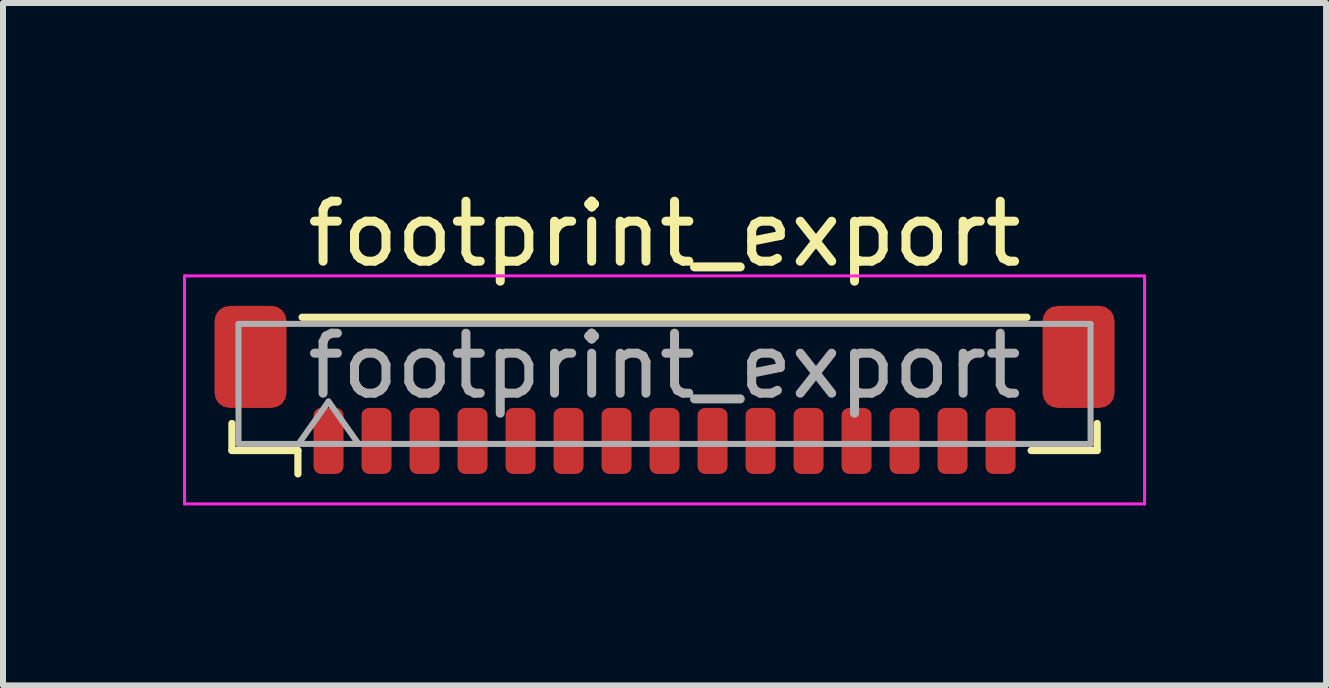
<source format=kicad_pcb>
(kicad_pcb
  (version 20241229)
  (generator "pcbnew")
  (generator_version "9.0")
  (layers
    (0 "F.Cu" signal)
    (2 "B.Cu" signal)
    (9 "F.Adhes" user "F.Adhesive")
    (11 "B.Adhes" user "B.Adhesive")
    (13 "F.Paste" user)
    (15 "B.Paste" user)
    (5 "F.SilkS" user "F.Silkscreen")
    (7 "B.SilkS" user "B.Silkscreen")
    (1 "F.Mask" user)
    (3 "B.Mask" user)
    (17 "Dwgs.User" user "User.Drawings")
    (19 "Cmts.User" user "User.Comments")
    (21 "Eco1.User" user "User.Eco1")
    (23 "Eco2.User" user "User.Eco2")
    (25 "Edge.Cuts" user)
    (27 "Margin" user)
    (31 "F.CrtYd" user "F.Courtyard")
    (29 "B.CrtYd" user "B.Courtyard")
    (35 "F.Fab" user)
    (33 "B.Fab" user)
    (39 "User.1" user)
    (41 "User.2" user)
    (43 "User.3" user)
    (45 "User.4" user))
  (footprint "footprint_export"
    (layer "F.Cu")
    (at 8.025 3.448)
    (property "Reference" "footprint_export" (at 0 -2.6 0) (layer "F.SilkS") (effects (font (size 1 1) (thickness 0.15))))
    (attr smd)
    (fp_line (start -7.21 0.56) (end -7.21 1.01) (stroke (width 0.12) (type solid)) (layer "F.SilkS"))
    (fp_line (start -7.21 1.01) (end -6.11 1.01) (stroke (width 0.12) (type solid)) (layer "F.SilkS"))
    (fp_line (start -6.11 1.01) (end -6.11 1.4) (stroke (width 0.12) (type solid)) (layer "F.SilkS"))
    (fp_line (start -6.04 -1.21) (end 6.04 -1.21) (stroke (width 0.12) (type solid)) (layer "F.SilkS"))
    (fp_line (start 7.21 0.56) (end 7.21 1.01) (stroke (width 0.12) (type solid)) (layer "F.SilkS"))
    (fp_line (start 7.21 1.01) (end 6.11 1.01) (stroke (width 0.12) (type solid)) (layer "F.SilkS"))
    (fp_line (start -8 -1.9) (end -8 1.9) (stroke (width 0.05) (type solid)) (layer "F.CrtYd"))
    (fp_line (start -8 1.9) (end 8 1.9) (stroke (width 0.05) (type solid)) (layer "F.CrtYd"))
    (fp_line (start 8 -1.9) (end -8 -1.9) (stroke (width 0.05) (type solid)) (layer "F.CrtYd"))
    (fp_line (start 8 1.9) (end 8 -1.9) (stroke (width 0.05) (type solid)) (layer "F.CrtYd"))
    (fp_line (start -7.1 -1.1) (end 7.1 -1.1) (stroke (width 0.1) (type solid)) (layer "F.Fab"))
    (fp_line (start -7.1 0.9) (end -7.1 -1.1) (stroke (width 0.1) (type solid)) (layer "F.Fab"))
    (fp_line (start -7.1 0.9) (end 7.1 0.9) (stroke (width 0.1) (type solid)) (layer "F.Fab"))
    (fp_line (start -6.1 0.9) (end -5.6 0.193) (stroke (width 0.1) (type solid)) (layer "F.Fab"))
    (fp_line (start -5.6 0.193) (end -5.1 0.9) (stroke (width 0.1) (type solid)) (layer "F.Fab"))
    (fp_line (start 7.1 0.9) (end 7.1 -1.1) (stroke (width 0.1) (type solid)) (layer "F.Fab"))
    (fp_text user "${REFERENCE}" (at 0 -0.4 0) (layer "F.Fab") (effects (font (size 1 1) (thickness 0.15))))
    (pad "1" smd roundrect (at -5.6 0.85) (size 0.5 1.1) (layers "F.Cu" "F.Mask" "F.Paste") (roundrect_rratio 0.25))
    (pad "2" smd roundrect (at -4.8 0.85) (size 0.5 1.1) (layers "F.Cu" "F.Mask" "F.Paste") (roundrect_rratio 0.25))
    (pad "3" smd roundrect (at -4 0.85) (size 0.5 1.1) (layers "F.Cu" "F.Mask" "F.Paste") (roundrect_rratio 0.25))
    (pad "4" smd roundrect (at -3.2 0.85) (size 0.5 1.1) (layers "F.Cu" "F.Mask" "F.Paste") (roundrect_rratio 0.25))
    (pad "5" smd roundrect (at -2.4 0.85) (size 0.5 1.1) (layers "F.Cu" "F.Mask" "F.Paste") (roundrect_rratio 0.25))
    (pad "6" smd roundrect (at -1.6 0.85) (size 0.5 1.1) (layers "F.Cu" "F.Mask" "F.Paste") (roundrect_rratio 0.25))
    (pad "7" smd roundrect (at -0.8 0.85) (size 0.5 1.1) (layers "F.Cu" "F.Mask" "F.Paste") (roundrect_rratio 0.25))
    (pad "8" smd roundrect (at 0 0.85) (size 0.5 1.1) (layers "F.Cu" "F.Mask" "F.Paste") (roundrect_rratio 0.25))
    (pad "9" smd roundrect (at 0.8 0.85) (size 0.5 1.1) (layers "F.Cu" "F.Mask" "F.Paste") (roundrect_rratio 0.25))
    (pad "10" smd roundrect (at 1.6 0.85) (size 0.5 1.1) (layers "F.Cu" "F.Mask" "F.Paste") (roundrect_rratio 0.25))
    (pad "11" smd roundrect (at 2.4 0.85) (size 0.5 1.1) (layers "F.Cu" "F.Mask" "F.Paste") (roundrect_rratio 0.25))
    (pad "12" smd roundrect (at 3.2 0.85) (size 0.5 1.1) (layers "F.Cu" "F.Mask" "F.Paste") (roundrect_rratio 0.25))
    (pad "13" smd roundrect (at 4 0.85) (size 0.5 1.1) (layers "F.Cu" "F.Mask" "F.Paste") (roundrect_rratio 0.25))
    (pad "14" smd roundrect (at 4.8 0.85) (size 0.5 1.1) (layers "F.Cu" "F.Mask" "F.Paste") (roundrect_rratio 0.25))
    (pad "15" smd roundrect (at 5.6 0.85) (size 0.5 1.1) (layers "F.Cu" "F.Mask" "F.Paste") (roundrect_rratio 0.25))
    (pad "MP" smd roundrect (at -6.9 -0.55) (size 1.2 1.7) (layers "F.Cu" "F.Mask" "F.Paste") (roundrect_rratio 0.208))
    (pad "MP" smd roundrect (at 6.9 -0.55) (size 1.2 1.7) (layers "F.Cu" "F.Mask" "F.Paste") (roundrect_rratio 0.208)))
  (gr_rect
    (start -3 -3)
    (end 19.05 8.373)
    (stroke (width 0.1) (type default))
    (fill no)
    (layer "Edge.Cuts")))
</source>
